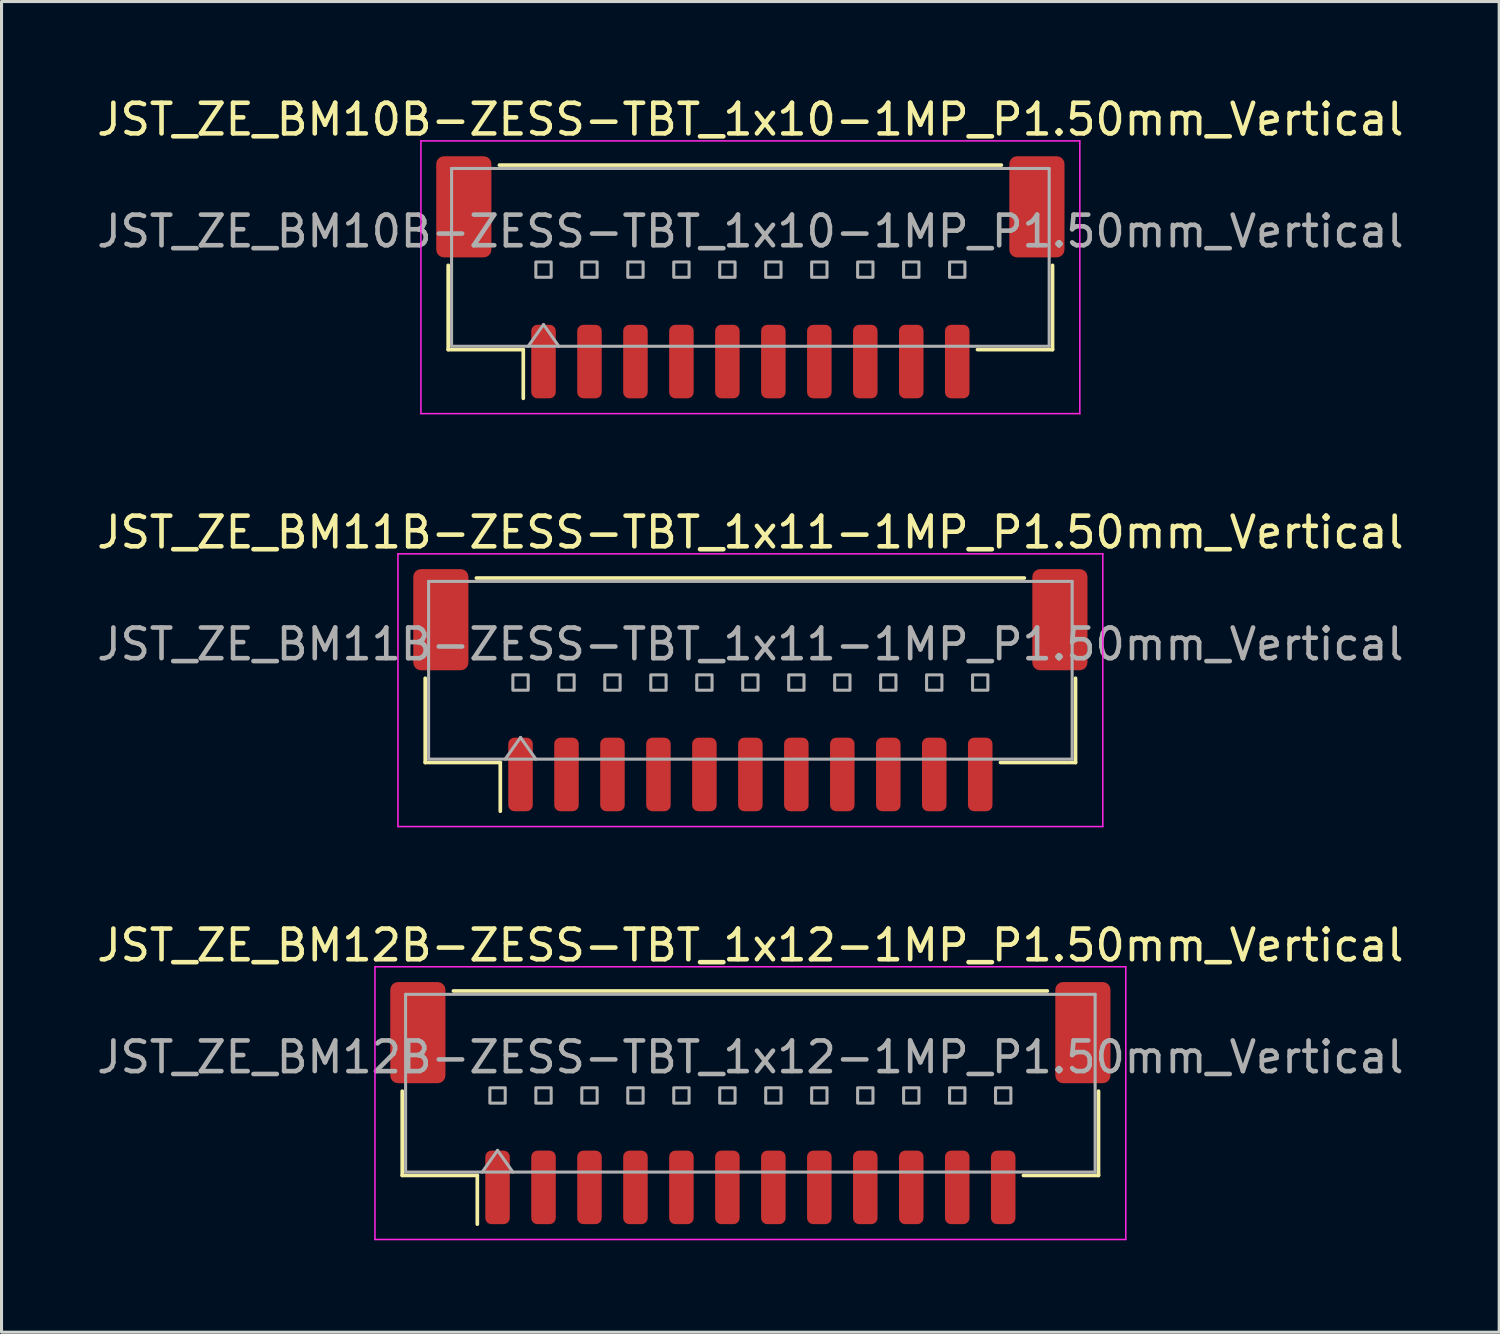
<source format=kicad_pcb>
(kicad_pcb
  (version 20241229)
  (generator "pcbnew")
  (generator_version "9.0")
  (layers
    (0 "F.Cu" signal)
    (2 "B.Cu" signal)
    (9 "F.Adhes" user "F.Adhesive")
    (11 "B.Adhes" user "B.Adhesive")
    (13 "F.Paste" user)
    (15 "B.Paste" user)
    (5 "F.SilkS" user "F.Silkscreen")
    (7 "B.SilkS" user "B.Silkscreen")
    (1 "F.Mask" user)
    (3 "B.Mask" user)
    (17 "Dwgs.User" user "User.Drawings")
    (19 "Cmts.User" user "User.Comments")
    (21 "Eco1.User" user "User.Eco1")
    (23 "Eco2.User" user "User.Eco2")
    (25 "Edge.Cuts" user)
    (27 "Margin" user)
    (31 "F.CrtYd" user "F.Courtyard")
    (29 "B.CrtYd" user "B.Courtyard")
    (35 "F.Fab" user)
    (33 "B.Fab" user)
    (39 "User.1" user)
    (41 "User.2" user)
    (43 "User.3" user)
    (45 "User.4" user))
  (footprint "JST_ZE_BM10B-ZESS-TBT_1x10-1MP_P1.50mm_Vertical"
    (layer "F.Cu")
    (at 21.435 5.998)
    (property "Reference" "JST_ZE_BM10B-ZESS-TBT_1x10-1MP_P1.50mm_Vertical" (at 0 -5.15 0) (layer "F.SilkS") (effects (font (size 1 1) (thickness 0.15))))
    (attr smd)
    (fp_line (start -9.86 -0.39) (end -9.86 2.36) (stroke (width 0.12) (type solid)) (layer "F.SilkS"))
    (fp_line (start -9.86 2.36) (end -7.41 2.36) (stroke (width 0.12) (type solid)) (layer "F.SilkS"))
    (fp_line (start -8.19 -3.66) (end 8.19 -3.66) (stroke (width 0.12) (type solid)) (layer "F.SilkS"))
    (fp_line (start -7.41 2.36) (end -7.41 3.95) (stroke (width 0.12) (type solid)) (layer "F.SilkS"))
    (fp_line (start 9.86 -0.39) (end 9.86 2.36) (stroke (width 0.12) (type solid)) (layer "F.SilkS"))
    (fp_line (start 9.86 2.36) (end 7.41 2.36) (stroke (width 0.12) (type solid)) (layer "F.SilkS"))
    (fp_line (start -10.75 -4.45) (end -10.75 4.45) (stroke (width 0.05) (type solid)) (layer "F.CrtYd"))
    (fp_line (start -10.75 4.45) (end 10.75 4.45) (stroke (width 0.05) (type solid)) (layer "F.CrtYd"))
    (fp_line (start 10.75 -4.45) (end -10.75 -4.45) (stroke (width 0.05) (type solid)) (layer "F.CrtYd"))
    (fp_line (start 10.75 4.45) (end 10.75 -4.45) (stroke (width 0.05) (type solid)) (layer "F.CrtYd"))
    (fp_line (start -9.75 -3.55) (end 9.75 -3.55) (stroke (width 0.1) (type solid)) (layer "F.Fab"))
    (fp_line (start -9.75 2.25) (end -9.75 -3.55) (stroke (width 0.1) (type solid)) (layer "F.Fab"))
    (fp_line (start -9.75 2.25) (end 9.75 2.25) (stroke (width 0.1) (type solid)) (layer "F.Fab"))
    (fp_line (start -7.25 2.25) (end -6.75 1.543) (stroke (width 0.1) (type solid)) (layer "F.Fab"))
    (fp_line (start -6.75 1.543) (end -6.25 2.25) (stroke (width 0.1) (type solid)) (layer "F.Fab"))
    (fp_line (start 9.75 2.25) (end 9.75 -3.55) (stroke (width 0.1) (type solid)) (layer "F.Fab"))
    (fp_rect (start -7 -0.5) (end -6.5 0) (stroke (width 0.1) (type solid)) (fill no) (layer "F.Fab"))
    (fp_rect (start -5.5 -0.5) (end -5 0) (stroke (width 0.1) (type solid)) (fill no) (layer "F.Fab"))
    (fp_rect (start -4 -0.5) (end -3.5 0) (stroke (width 0.1) (type solid)) (fill no) (layer "F.Fab"))
    (fp_rect (start -2.5 -0.5) (end -2 0) (stroke (width 0.1) (type solid)) (fill no) (layer "F.Fab"))
    (fp_rect (start -1 -0.5) (end -0.5 0) (stroke (width 0.1) (type solid)) (fill no) (layer "F.Fab"))
    (fp_rect (start 0.5 -0.5) (end 1 0) (stroke (width 0.1) (type solid)) (fill no) (layer "F.Fab"))
    (fp_rect (start 2 -0.5) (end 2.5 0) (stroke (width 0.1) (type solid)) (fill no) (layer "F.Fab"))
    (fp_rect (start 3.5 -0.5) (end 4 0) (stroke (width 0.1) (type solid)) (fill no) (layer "F.Fab"))
    (fp_rect (start 5 -0.5) (end 5.5 0) (stroke (width 0.1) (type solid)) (fill no) (layer "F.Fab"))
    (fp_rect (start 6.5 -0.5) (end 7 0) (stroke (width 0.1) (type solid)) (fill no) (layer "F.Fab"))
    (fp_text user "${REFERENCE}" (at 0 -1.5 0) (layer "F.Fab") (effects (font (size 1 1) (thickness 0.15))))
    (pad "1" smd roundrect (at -6.75 2.75) (size 0.8 2.4) (layers "F.Cu" "F.Mask" "F.Paste") (roundrect_rratio 0.25))
    (pad "2" smd roundrect (at -5.25 2.75) (size 0.8 2.4) (layers "F.Cu" "F.Mask" "F.Paste") (roundrect_rratio 0.25))
    (pad "3" smd roundrect (at -3.75 2.75) (size 0.8 2.4) (layers "F.Cu" "F.Mask" "F.Paste") (roundrect_rratio 0.25))
    (pad "4" smd roundrect (at -2.25 2.75) (size 0.8 2.4) (layers "F.Cu" "F.Mask" "F.Paste") (roundrect_rratio 0.25))
    (pad "5" smd roundrect (at -0.75 2.75) (size 0.8 2.4) (layers "F.Cu" "F.Mask" "F.Paste") (roundrect_rratio 0.25))
    (pad "6" smd roundrect (at 0.75 2.75) (size 0.8 2.4) (layers "F.Cu" "F.Mask" "F.Paste") (roundrect_rratio 0.25))
    (pad "7" smd roundrect (at 2.25 2.75) (size 0.8 2.4) (layers "F.Cu" "F.Mask" "F.Paste") (roundrect_rratio 0.25))
    (pad "8" smd roundrect (at 3.75 2.75) (size 0.8 2.4) (layers "F.Cu" "F.Mask" "F.Paste") (roundrect_rratio 0.25))
    (pad "9" smd roundrect (at 5.25 2.75) (size 0.8 2.4) (layers "F.Cu" "F.Mask" "F.Paste") (roundrect_rratio 0.25))
    (pad "10" smd roundrect (at 6.75 2.75) (size 0.8 2.4) (layers "F.Cu" "F.Mask" "F.Paste") (roundrect_rratio 0.25))
    (pad "MP" smd roundrect (at -9.35 -2.3) (size 1.8 3.3) (layers "F.Cu" "F.Mask" "F.Paste") (roundrect_rratio 0.139))
    (pad "MP" smd roundrect (at 9.35 -2.3) (size 1.8 3.3) (layers "F.Cu" "F.Mask" "F.Paste") (roundrect_rratio 0.139)))
  (footprint "JST_ZE_BM11B-ZESS-TBT_1x11-1MP_P1.50mm_Vertical"
    (layer "F.Cu")
    (at 21.435 19.471)
    (property "Reference" "JST_ZE_BM11B-ZESS-TBT_1x11-1MP_P1.50mm_Vertical" (at 0 -5.15 0) (layer "F.SilkS") (effects (font (size 1 1) (thickness 0.15))))
    (attr smd)
    (fp_line (start -10.61 -0.39) (end -10.61 2.36) (stroke (width 0.12) (type solid)) (layer "F.SilkS"))
    (fp_line (start -10.61 2.36) (end -8.16 2.36) (stroke (width 0.12) (type solid)) (layer "F.SilkS"))
    (fp_line (start -8.94 -3.66) (end 8.94 -3.66) (stroke (width 0.12) (type solid)) (layer "F.SilkS"))
    (fp_line (start -8.16 2.36) (end -8.16 3.95) (stroke (width 0.12) (type solid)) (layer "F.SilkS"))
    (fp_line (start 10.61 -0.39) (end 10.61 2.36) (stroke (width 0.12) (type solid)) (layer "F.SilkS"))
    (fp_line (start 10.61 2.36) (end 8.16 2.36) (stroke (width 0.12) (type solid)) (layer "F.SilkS"))
    (fp_line (start -11.5 -4.45) (end -11.5 4.45) (stroke (width 0.05) (type solid)) (layer "F.CrtYd"))
    (fp_line (start -11.5 4.45) (end 11.5 4.45) (stroke (width 0.05) (type solid)) (layer "F.CrtYd"))
    (fp_line (start 11.5 -4.45) (end -11.5 -4.45) (stroke (width 0.05) (type solid)) (layer "F.CrtYd"))
    (fp_line (start 11.5 4.45) (end 11.5 -4.45) (stroke (width 0.05) (type solid)) (layer "F.CrtYd"))
    (fp_line (start -10.5 -3.55) (end 10.5 -3.55) (stroke (width 0.1) (type solid)) (layer "F.Fab"))
    (fp_line (start -10.5 2.25) (end -10.5 -3.55) (stroke (width 0.1) (type solid)) (layer "F.Fab"))
    (fp_line (start -10.5 2.25) (end 10.5 2.25) (stroke (width 0.1) (type solid)) (layer "F.Fab"))
    (fp_line (start -8 2.25) (end -7.5 1.543) (stroke (width 0.1) (type solid)) (layer "F.Fab"))
    (fp_line (start -7.5 1.543) (end -7 2.25) (stroke (width 0.1) (type solid)) (layer "F.Fab"))
    (fp_line (start 10.5 2.25) (end 10.5 -3.55) (stroke (width 0.1) (type solid)) (layer "F.Fab"))
    (fp_rect (start -7.75 -0.5) (end -7.25 0) (stroke (width 0.1) (type solid)) (fill no) (layer "F.Fab"))
    (fp_rect (start -6.25 -0.5) (end -5.75 0) (stroke (width 0.1) (type solid)) (fill no) (layer "F.Fab"))
    (fp_rect (start -4.75 -0.5) (end -4.25 0) (stroke (width 0.1) (type solid)) (fill no) (layer "F.Fab"))
    (fp_rect (start -3.25 -0.5) (end -2.75 0) (stroke (width 0.1) (type solid)) (fill no) (layer "F.Fab"))
    (fp_rect (start -1.75 -0.5) (end -1.25 0) (stroke (width 0.1) (type solid)) (fill no) (layer "F.Fab"))
    (fp_rect (start -0.25 -0.5) (end 0.25 0) (stroke (width 0.1) (type solid)) (fill no) (layer "F.Fab"))
    (fp_rect (start 1.25 -0.5) (end 1.75 0) (stroke (width 0.1) (type solid)) (fill no) (layer "F.Fab"))
    (fp_rect (start 2.75 -0.5) (end 3.25 0) (stroke (width 0.1) (type solid)) (fill no) (layer "F.Fab"))
    (fp_rect (start 4.25 -0.5) (end 4.75 0) (stroke (width 0.1) (type solid)) (fill no) (layer "F.Fab"))
    (fp_rect (start 5.75 -0.5) (end 6.25 0) (stroke (width 0.1) (type solid)) (fill no) (layer "F.Fab"))
    (fp_rect (start 7.25 -0.5) (end 7.75 0) (stroke (width 0.1) (type solid)) (fill no) (layer "F.Fab"))
    (fp_text user "${REFERENCE}" (at 0 -1.5 0) (layer "F.Fab") (effects (font (size 1 1) (thickness 0.15))))
    (pad "1" smd roundrect (at -7.5 2.75) (size 0.8 2.4) (layers "F.Cu" "F.Mask" "F.Paste") (roundrect_rratio 0.25))
    (pad "2" smd roundrect (at -6 2.75) (size 0.8 2.4) (layers "F.Cu" "F.Mask" "F.Paste") (roundrect_rratio 0.25))
    (pad "3" smd roundrect (at -4.5 2.75) (size 0.8 2.4) (layers "F.Cu" "F.Mask" "F.Paste") (roundrect_rratio 0.25))
    (pad "4" smd roundrect (at -3 2.75) (size 0.8 2.4) (layers "F.Cu" "F.Mask" "F.Paste") (roundrect_rratio 0.25))
    (pad "5" smd roundrect (at -1.5 2.75) (size 0.8 2.4) (layers "F.Cu" "F.Mask" "F.Paste") (roundrect_rratio 0.25))
    (pad "6" smd roundrect (at 0 2.75) (size 0.8 2.4) (layers "F.Cu" "F.Mask" "F.Paste") (roundrect_rratio 0.25))
    (pad "7" smd roundrect (at 1.5 2.75) (size 0.8 2.4) (layers "F.Cu" "F.Mask" "F.Paste") (roundrect_rratio 0.25))
    (pad "8" smd roundrect (at 3 2.75) (size 0.8 2.4) (layers "F.Cu" "F.Mask" "F.Paste") (roundrect_rratio 0.25))
    (pad "9" smd roundrect (at 4.5 2.75) (size 0.8 2.4) (layers "F.Cu" "F.Mask" "F.Paste") (roundrect_rratio 0.25))
    (pad "10" smd roundrect (at 6 2.75) (size 0.8 2.4) (layers "F.Cu" "F.Mask" "F.Paste") (roundrect_rratio 0.25))
    (pad "11" smd roundrect (at 7.5 2.75) (size 0.8 2.4) (layers "F.Cu" "F.Mask" "F.Paste") (roundrect_rratio 0.25))
    (pad "MP" smd roundrect (at -10.1 -2.3) (size 1.8 3.3) (layers "F.Cu" "F.Mask" "F.Paste") (roundrect_rratio 0.139))
    (pad "MP" smd roundrect (at 10.1 -2.3) (size 1.8 3.3) (layers "F.Cu" "F.Mask" "F.Paste") (roundrect_rratio 0.139)))
  (footprint "JST_ZE_BM12B-ZESS-TBT_1x12-1MP_P1.50mm_Vertical"
    (layer "F.Cu")
    (at 21.435 32.945)
    (property "Reference" "JST_ZE_BM12B-ZESS-TBT_1x12-1MP_P1.50mm_Vertical" (at 0 -5.15 0) (layer "F.SilkS") (effects (font (size 1 1) (thickness 0.15))))
    (attr smd)
    (fp_line (start -11.36 -0.39) (end -11.36 2.36) (stroke (width 0.12) (type solid)) (layer "F.SilkS"))
    (fp_line (start -11.36 2.36) (end -8.91 2.36) (stroke (width 0.12) (type solid)) (layer "F.SilkS"))
    (fp_line (start -9.69 -3.66) (end 9.69 -3.66) (stroke (width 0.12) (type solid)) (layer "F.SilkS"))
    (fp_line (start -8.91 2.36) (end -8.91 3.95) (stroke (width 0.12) (type solid)) (layer "F.SilkS"))
    (fp_line (start 11.36 -0.39) (end 11.36 2.36) (stroke (width 0.12) (type solid)) (layer "F.SilkS"))
    (fp_line (start 11.36 2.36) (end 8.91 2.36) (stroke (width 0.12) (type solid)) (layer "F.SilkS"))
    (fp_line (start -12.25 -4.45) (end -12.25 4.45) (stroke (width 0.05) (type solid)) (layer "F.CrtYd"))
    (fp_line (start -12.25 4.45) (end 12.25 4.45) (stroke (width 0.05) (type solid)) (layer "F.CrtYd"))
    (fp_line (start 12.25 -4.45) (end -12.25 -4.45) (stroke (width 0.05) (type solid)) (layer "F.CrtYd"))
    (fp_line (start 12.25 4.45) (end 12.25 -4.45) (stroke (width 0.05) (type solid)) (layer "F.CrtYd"))
    (fp_line (start -11.25 -3.55) (end 11.25 -3.55) (stroke (width 0.1) (type solid)) (layer "F.Fab"))
    (fp_line (start -11.25 2.25) (end -11.25 -3.55) (stroke (width 0.1) (type solid)) (layer "F.Fab"))
    (fp_line (start -11.25 2.25) (end 11.25 2.25) (stroke (width 0.1) (type solid)) (layer "F.Fab"))
    (fp_line (start -8.75 2.25) (end -8.25 1.543) (stroke (width 0.1) (type solid)) (layer "F.Fab"))
    (fp_line (start -8.25 1.543) (end -7.75 2.25) (stroke (width 0.1) (type solid)) (layer "F.Fab"))
    (fp_line (start 11.25 2.25) (end 11.25 -3.55) (stroke (width 0.1) (type solid)) (layer "F.Fab"))
    (fp_rect (start -8.5 -0.5) (end -8 0) (stroke (width 0.1) (type solid)) (fill no) (layer "F.Fab"))
    (fp_rect (start -7 -0.5) (end -6.5 0) (stroke (width 0.1) (type solid)) (fill no) (layer "F.Fab"))
    (fp_rect (start -5.5 -0.5) (end -5 0) (stroke (width 0.1) (type solid)) (fill no) (layer "F.Fab"))
    (fp_rect (start -4 -0.5) (end -3.5 0) (stroke (width 0.1) (type solid)) (fill no) (layer "F.Fab"))
    (fp_rect (start -2.5 -0.5) (end -2 0) (stroke (width 0.1) (type solid)) (fill no) (layer "F.Fab"))
    (fp_rect (start -1 -0.5) (end -0.5 0) (stroke (width 0.1) (type solid)) (fill no) (layer "F.Fab"))
    (fp_rect (start 0.5 -0.5) (end 1 0) (stroke (width 0.1) (type solid)) (fill no) (layer "F.Fab"))
    (fp_rect (start 2 -0.5) (end 2.5 0) (stroke (width 0.1) (type solid)) (fill no) (layer "F.Fab"))
    (fp_rect (start 3.5 -0.5) (end 4 0) (stroke (width 0.1) (type solid)) (fill no) (layer "F.Fab"))
    (fp_rect (start 5 -0.5) (end 5.5 0) (stroke (width 0.1) (type solid)) (fill no) (layer "F.Fab"))
    (fp_rect (start 6.5 -0.5) (end 7 0) (stroke (width 0.1) (type solid)) (fill no) (layer "F.Fab"))
    (fp_rect (start 8 -0.5) (end 8.5 0) (stroke (width 0.1) (type solid)) (fill no) (layer "F.Fab"))
    (fp_text user "${REFERENCE}" (at 0 -1.5 0) (layer "F.Fab") (effects (font (size 1 1) (thickness 0.15))))
    (pad "1" smd roundrect (at -8.25 2.75) (size 0.8 2.4) (layers "F.Cu" "F.Mask" "F.Paste") (roundrect_rratio 0.25))
    (pad "2" smd roundrect (at -6.75 2.75) (size 0.8 2.4) (layers "F.Cu" "F.Mask" "F.Paste") (roundrect_rratio 0.25))
    (pad "3" smd roundrect (at -5.25 2.75) (size 0.8 2.4) (layers "F.Cu" "F.Mask" "F.Paste") (roundrect_rratio 0.25))
    (pad "4" smd roundrect (at -3.75 2.75) (size 0.8 2.4) (layers "F.Cu" "F.Mask" "F.Paste") (roundrect_rratio 0.25))
    (pad "5" smd roundrect (at -2.25 2.75) (size 0.8 2.4) (layers "F.Cu" "F.Mask" "F.Paste") (roundrect_rratio 0.25))
    (pad "6" smd roundrect (at -0.75 2.75) (size 0.8 2.4) (layers "F.Cu" "F.Mask" "F.Paste") (roundrect_rratio 0.25))
    (pad "7" smd roundrect (at 0.75 2.75) (size 0.8 2.4) (layers "F.Cu" "F.Mask" "F.Paste") (roundrect_rratio 0.25))
    (pad "8" smd roundrect (at 2.25 2.75) (size 0.8 2.4) (layers "F.Cu" "F.Mask" "F.Paste") (roundrect_rratio 0.25))
    (pad "9" smd roundrect (at 3.75 2.75) (size 0.8 2.4) (layers "F.Cu" "F.Mask" "F.Paste") (roundrect_rratio 0.25))
    (pad "10" smd roundrect (at 5.25 2.75) (size 0.8 2.4) (layers "F.Cu" "F.Mask" "F.Paste") (roundrect_rratio 0.25))
    (pad "11" smd roundrect (at 6.75 2.75) (size 0.8 2.4) (layers "F.Cu" "F.Mask" "F.Paste") (roundrect_rratio 0.25))
    (pad "12" smd roundrect (at 8.25 2.75) (size 0.8 2.4) (layers "F.Cu" "F.Mask" "F.Paste") (roundrect_rratio 0.25))
    (pad "MP" smd roundrect (at -10.85 -2.3) (size 1.8 3.3) (layers "F.Cu" "F.Mask" "F.Paste") (roundrect_rratio 0.139))
    (pad "MP" smd roundrect (at 10.85 -2.3) (size 1.8 3.3) (layers "F.Cu" "F.Mask" "F.Paste") (roundrect_rratio 0.139)))
  (gr_rect
    (start -3 -3)
    (end 45.869 40.42)
    (stroke (width 0.1) (type default))
    (fill no)
    (layer "Edge.Cuts")))
</source>
